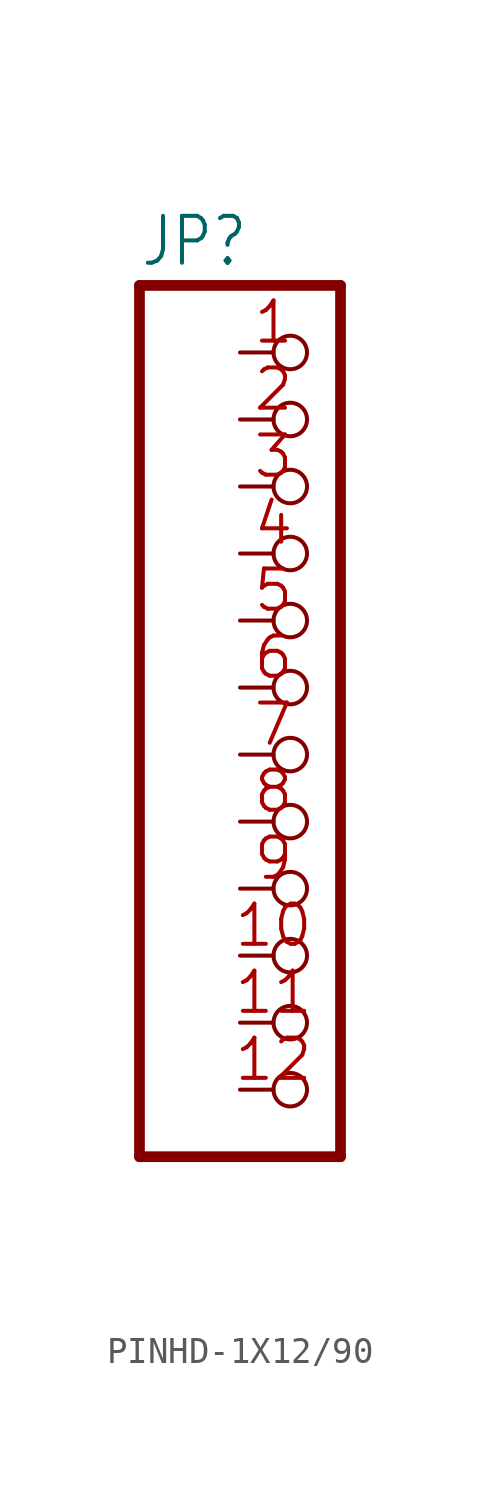
<source format=kicad_sym>
(kicad_symbol_lib
  (version 20241209)
  (generator "kicad_symbol_editor")
  (generator_version "9.0")
  (symbol "PINHD-1X12/90"
    (property "Reference" "JP"
      (at -6.35 15.875 0)
      (effects (font (size 1.778 1.511)) (justify left bottom)))
    (property "Value" ""
      (at -6.35 -20.32 0)
      (effects (font (size 1.778 1.511)) (justify left bottom)))
    (property "ki_locked" ""
      (at 0 0 0)
      (effects (font (size 1.27 1.27))))
    (symbol "PINHD-1X12/90_1_0"
      (polyline (pts (xy -6.35 15.24) (xy -6.35 -17.78)) (stroke (width 0.406) (type solid)) (fill (type none)))
      (polyline (pts (xy -6.35 -17.78) (xy 1.27 -17.78)) (stroke (width 0.406) (type solid)) (fill (type none)))
      (polyline (pts (xy 1.27 15.24) (xy -6.35 15.24)) (stroke (width 0.406) (type solid)) (fill (type none)))
      (polyline (pts (xy 1.27 -17.78) (xy 1.27 15.24)) (stroke (width 0.406) (type solid)) (fill (type none)))
      (pin passive inverted (at -2.54 12.7 0) (length 2.54) (name "1" (effects (font (size 0 0)))) (number "1" (effects (font (size 1.524 1.524)))))
      (pin passive inverted (at -2.54 10.16 0) (length 2.54) (name "2" (effects (font (size 0 0)))) (number "2" (effects (font (size 1.524 1.524)))))
      (pin passive inverted (at -2.54 7.62 0) (length 2.54) (name "3" (effects (font (size 0 0)))) (number "3" (effects (font (size 1.524 1.524)))))
      (pin passive inverted (at -2.54 5.08 0) (length 2.54) (name "4" (effects (font (size 0 0)))) (number "4" (effects (font (size 1.524 1.524)))))
      (pin passive inverted (at -2.54 2.54 0) (length 2.54) (name "5" (effects (font (size 0 0)))) (number "5" (effects (font (size 1.524 1.524)))))
      (pin passive inverted (at -2.54 0 0) (length 2.54) (name "6" (effects (font (size 0 0)))) (number "6" (effects (font (size 1.524 1.524)))))
      (pin passive inverted (at -2.54 -2.54 0) (length 2.54) (name "7" (effects (font (size 0 0)))) (number "7" (effects (font (size 1.524 1.524)))))
      (pin passive inverted (at -2.54 -5.08 0) (length 2.54) (name "8" (effects (font (size 0 0)))) (number "8" (effects (font (size 1.524 1.524)))))
      (pin passive inverted (at -2.54 -7.62 0) (length 2.54) (name "9" (effects (font (size 0 0)))) (number "9" (effects (font (size 1.524 1.524)))))
      (pin passive inverted (at -2.54 -10.16 0) (length 2.54) (name "10" (effects (font (size 0 0)))) (number "10" (effects (font (size 1.524 1.524)))))
      (pin passive inverted (at -2.54 -12.7 0) (length 2.54) (name "11" (effects (font (size 0 0)))) (number "11" (effects (font (size 1.524 1.524)))))
      (pin passive inverted (at -2.54 -15.24 0) (length 2.54) (name "12" (effects (font (size 0 0)))) (number "12" (effects (font (size 1.524 1.524))))))))
</source>
